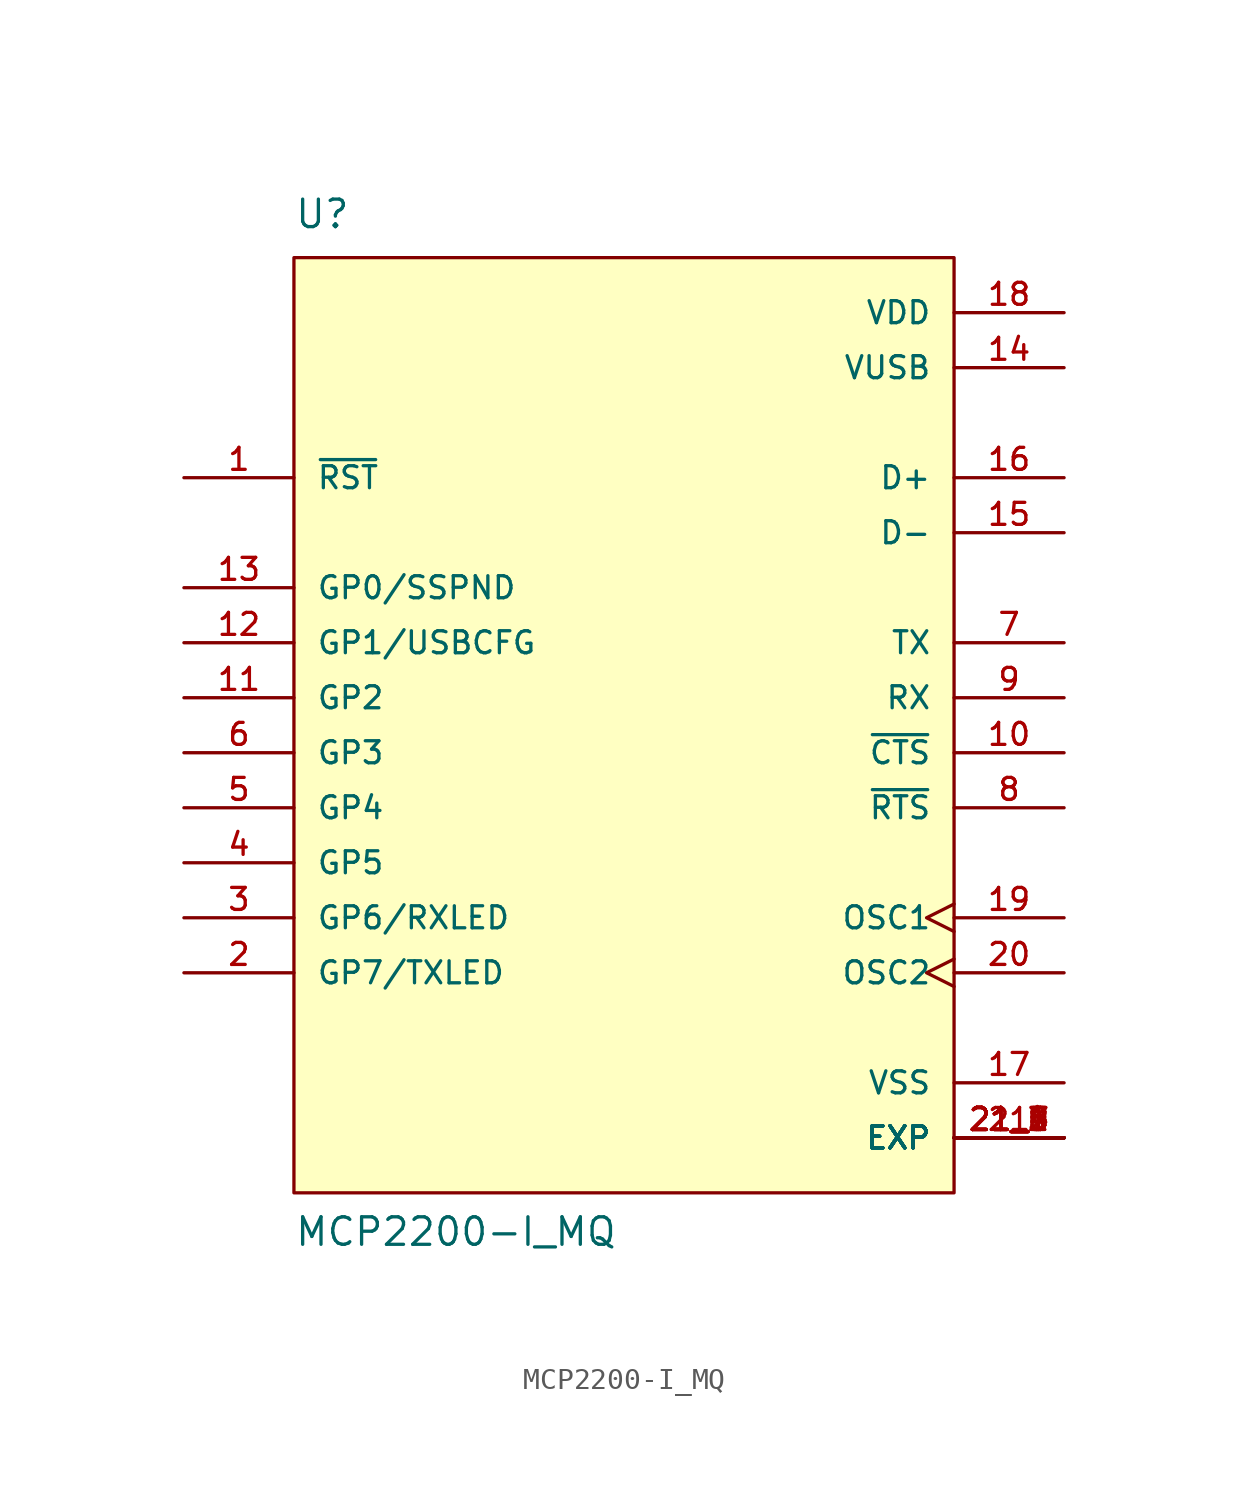
<source format=kicad_sym>
(kicad_symbol_lib
  (version 20211014)
  (generator kicad_symbol_editor)
  (symbol "MCP2200-I_MQ"
    (pin_names
      (offset 1.016))
    (property "Reference" "U"
      (at -15.24 24.13 0)
      (effects (font (size 1.27 1.27)) (justify bottom left)))
    (property "Value" "MCP2200-I_MQ"
      (at -15.24 -22.86 0)
      (effects (font (size 1.27 1.27)) (justify bottom left)))
    (symbol "MCP2200-I_MQ_0_0"
      (rectangle (start -15.24 -20.32) (end 15.24 22.86) (stroke (width 0.152)) (fill (type background)))
      (pin input line (at -20.32 12.7 0) (length 5.08) (name "~{RST}" (effects (font (size 1.016 1.016)))) (number "1" (effects (font (size 1.016 1.016)))))
      (pin bidirectional line (at -20.32 -10.16 0) (length 5.08) (name "GP7/TXLED" (effects (font (size 1.016 1.016)))) (number "2" (effects (font (size 1.016 1.016)))))
      (pin bidirectional line (at -20.32 -7.62 0) (length 5.08) (name "GP6/RXLED" (effects (font (size 1.016 1.016)))) (number "3" (effects (font (size 1.016 1.016)))))
      (pin bidirectional line (at -20.32 -5.08 0) (length 5.08) (name "GP5" (effects (font (size 1.016 1.016)))) (number "4" (effects (font (size 1.016 1.016)))))
      (pin bidirectional line (at -20.32 -2.54 0) (length 5.08) (name "GP4" (effects (font (size 1.016 1.016)))) (number "5" (effects (font (size 1.016 1.016)))))
      (pin bidirectional line (at -20.32 0.0 0) (length 5.08) (name "GP3" (effects (font (size 1.016 1.016)))) (number "6" (effects (font (size 1.016 1.016)))))
      (pin output line (at 20.32 5.08 180.0) (length 5.08) (name "TX" (effects (font (size 1.016 1.016)))) (number "7" (effects (font (size 1.016 1.016)))))
      (pin output line (at 20.32 -2.54 180.0) (length 5.08) (name "~{RTS}" (effects (font (size 1.016 1.016)))) (number "8" (effects (font (size 1.016 1.016)))))
      (pin input line (at 20.32 2.54 180.0) (length 5.08) (name "RX" (effects (font (size 1.016 1.016)))) (number "9" (effects (font (size 1.016 1.016)))))
      (pin input line (at 20.32 0.0 180.0) (length 5.08) (name "~{CTS}" (effects (font (size 1.016 1.016)))) (number "10" (effects (font (size 1.016 1.016)))))
      (pin bidirectional line (at -20.32 2.54 0) (length 5.08) (name "GP2" (effects (font (size 1.016 1.016)))) (number "11" (effects (font (size 1.016 1.016)))))
      (pin bidirectional line (at -20.32 5.08 0) (length 5.08) (name "GP1/USBCFG" (effects (font (size 1.016 1.016)))) (number "12" (effects (font (size 1.016 1.016)))))
      (pin bidirectional line (at -20.32 7.62 0) (length 5.08) (name "GP0/SSPND" (effects (font (size 1.016 1.016)))) (number "13" (effects (font (size 1.016 1.016)))))
      (pin power_in line (at 20.32 17.78 180.0) (length 5.08) (name "VUSB" (effects (font (size 1.016 1.016)))) (number "14" (effects (font (size 1.016 1.016)))))
      (pin bidirectional line (at 20.32 10.16 180.0) (length 5.08) (name "D-" (effects (font (size 1.016 1.016)))) (number "15" (effects (font (size 1.016 1.016)))))
      (pin bidirectional line (at 20.32 12.7 180.0) (length 5.08) (name "D+" (effects (font (size 1.016 1.016)))) (number "16" (effects (font (size 1.016 1.016)))))
      (pin power_in line (at 20.32 -15.24 180.0) (length 5.08) (name "VSS" (effects (font (size 1.016 1.016)))) (number "17" (effects (font (size 1.016 1.016)))))
      (pin power_in line (at 20.32 20.32 180.0) (length 5.08) (name "VDD" (effects (font (size 1.016 1.016)))) (number "18" (effects (font (size 1.016 1.016)))))
      (pin input clock (at 20.32 -7.62 180.0) (length 5.08) (name "OSC1" (effects (font (size 1.016 1.016)))) (number "19" (effects (font (size 1.016 1.016)))))
      (pin output clock (at 20.32 -10.16 180.0) (length 5.08) (name "OSC2" (effects (font (size 1.016 1.016)))) (number "20" (effects (font (size 1.016 1.016)))))
      (pin power_in line (at 20.32 -17.78 180.0) (length 5.08) (name "EXP" (effects (font (size 1.016 1.016)))) (number "21" (effects (font (size 1.016 1.016)))))
      (pin power_in line (at 20.32 -17.78 180.0) (length 5.08) (name "EXP" (effects (font (size 1.016 1.016)))) (number "21_1" (effects (font (size 1.016 1.016)))))
      (pin power_in line (at 20.32 -17.78 180.0) (length 5.08) (name "EXP" (effects (font (size 1.016 1.016)))) (number "21_2" (effects (font (size 1.016 1.016)))))
      (pin power_in line (at 20.32 -17.78 180.0) (length 5.08) (name "EXP" (effects (font (size 1.016 1.016)))) (number "21_3" (effects (font (size 1.016 1.016)))))
      (pin power_in line (at 20.32 -17.78 180.0) (length 5.08) (name "EXP" (effects (font (size 1.016 1.016)))) (number "21_4" (effects (font (size 1.016 1.016)))))
      (pin power_in line (at 20.32 -17.78 180.0) (length 5.08) (name "EXP" (effects (font (size 1.016 1.016)))) (number "21_5" (effects (font (size 1.016 1.016)))))
      (pin power_in line (at 20.32 -17.78 180.0) (length 5.08) (name "EXP" (effects (font (size 1.016 1.016)))) (number "21_6" (effects (font (size 1.016 1.016)))))
      (pin power_in line (at 20.32 -17.78 180.0) (length 5.08) (name "EXP" (effects (font (size 1.016 1.016)))) (number "21_7" (effects (font (size 1.016 1.016)))))
      (pin power_in line (at 20.32 -17.78 180.0) (length 5.08) (name "EXP" (effects (font (size 1.016 1.016)))) (number "21_8" (effects (font (size 1.016 1.016)))))
      (pin power_in line (at 20.32 -17.78 180.0) (length 5.08) (name "EXP" (effects (font (size 1.016 1.016)))) (number "21_9" (effects (font (size 1.016 1.016))))))))
</source>
